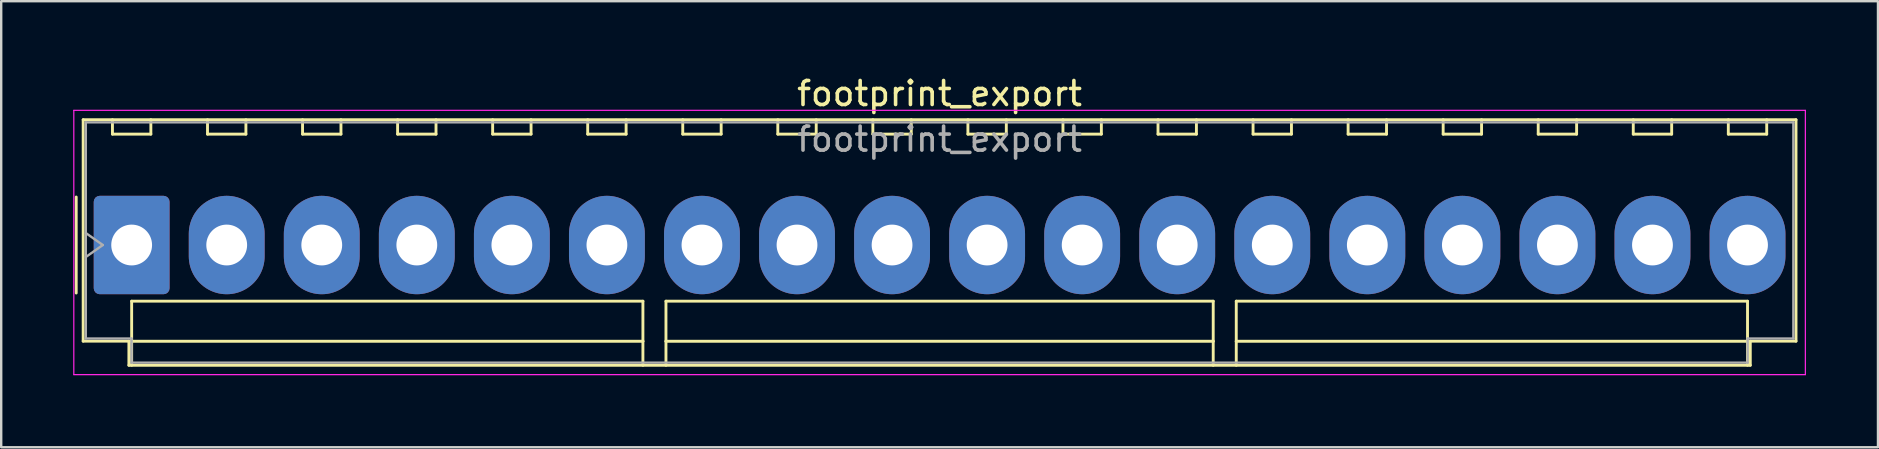
<source format=kicad_pcb>
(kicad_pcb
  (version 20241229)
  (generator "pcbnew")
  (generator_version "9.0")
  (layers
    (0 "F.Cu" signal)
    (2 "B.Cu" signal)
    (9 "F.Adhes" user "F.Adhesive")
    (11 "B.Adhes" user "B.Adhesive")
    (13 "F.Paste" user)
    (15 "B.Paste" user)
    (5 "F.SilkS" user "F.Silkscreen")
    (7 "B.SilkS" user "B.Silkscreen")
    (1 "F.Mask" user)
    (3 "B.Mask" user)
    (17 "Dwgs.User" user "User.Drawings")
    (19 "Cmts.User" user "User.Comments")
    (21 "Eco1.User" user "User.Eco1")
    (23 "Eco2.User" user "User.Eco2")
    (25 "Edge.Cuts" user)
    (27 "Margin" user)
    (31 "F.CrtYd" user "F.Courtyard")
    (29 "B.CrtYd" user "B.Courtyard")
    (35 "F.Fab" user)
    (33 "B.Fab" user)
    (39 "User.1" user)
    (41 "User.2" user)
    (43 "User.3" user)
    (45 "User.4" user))
  (footprint "footprint_export"
    (layer "F.Cu")
    (at 2.435 7.158)
    (property "Reference" "footprint_export" (at 33.66 -6.31 0) (layer "F.SilkS") (effects (font (size 1 1) (thickness 0.15))))
    (attr through_hole)
    (fp_line (start -2.31 -2) (end -2.31 2) (stroke (width 0.12) (type solid)) (layer "F.SilkS"))
    (fp_line (start -2.02 -5.22) (end 69.34 -5.22) (stroke (width 0.12) (type solid)) (layer "F.SilkS"))
    (fp_line (start -2.02 4.005) (end -2.02 -5.22) (stroke (width 0.12) (type solid)) (layer "F.SilkS"))
    (fp_line (start -0.8 -5.22) (end -0.8 -4.62) (stroke (width 0.12) (type solid)) (layer "F.SilkS"))
    (fp_line (start -0.8 -4.62) (end 0.8 -4.62) (stroke (width 0.12) (type solid)) (layer "F.SilkS"))
    (fp_line (start -0.115 4.005) (end -2.02 4.005) (stroke (width 0.12) (type solid)) (layer "F.SilkS"))
    (fp_line (start -0.115 5.01) (end -0.115 4.005) (stroke (width 0.12) (type solid)) (layer "F.SilkS"))
    (fp_line (start 0 2.34) (end 21.3 2.34) (stroke (width 0.12) (type solid)) (layer "F.SilkS"))
    (fp_line (start 0 4.01) (end 0 2.34) (stroke (width 0.12) (type solid)) (layer "F.SilkS"))
    (fp_line (start 0 4.01) (end 21.3 4.01) (stroke (width 0.12) (type solid)) (layer "F.SilkS"))
    (fp_line (start 0 5.01) (end 0 4.01) (stroke (width 0.12) (type solid)) (layer "F.SilkS"))
    (fp_line (start 0.8 -4.62) (end 0.8 -5.22) (stroke (width 0.12) (type solid)) (layer "F.SilkS"))
    (fp_line (start 3.16 -5.22) (end 3.16 -4.62) (stroke (width 0.12) (type solid)) (layer "F.SilkS"))
    (fp_line (start 3.16 -4.62) (end 4.76 -4.62) (stroke (width 0.12) (type solid)) (layer "F.SilkS"))
    (fp_line (start 4.76 -4.62) (end 4.76 -5.22) (stroke (width 0.12) (type solid)) (layer "F.SilkS"))
    (fp_line (start 7.12 -5.22) (end 7.12 -4.62) (stroke (width 0.12) (type solid)) (layer "F.SilkS"))
    (fp_line (start 7.12 -4.62) (end 8.72 -4.62) (stroke (width 0.12) (type solid)) (layer "F.SilkS"))
    (fp_line (start 8.72 -4.62) (end 8.72 -5.22) (stroke (width 0.12) (type solid)) (layer "F.SilkS"))
    (fp_line (start 11.08 -5.22) (end 11.08 -4.62) (stroke (width 0.12) (type solid)) (layer "F.SilkS"))
    (fp_line (start 11.08 -4.62) (end 12.68 -4.62) (stroke (width 0.12) (type solid)) (layer "F.SilkS"))
    (fp_line (start 12.68 -4.62) (end 12.68 -5.22) (stroke (width 0.12) (type solid)) (layer "F.SilkS"))
    (fp_line (start 15.04 -5.22) (end 15.04 -4.62) (stroke (width 0.12) (type solid)) (layer "F.SilkS"))
    (fp_line (start 15.04 -4.62) (end 16.64 -4.62) (stroke (width 0.12) (type solid)) (layer "F.SilkS"))
    (fp_line (start 16.64 -4.62) (end 16.64 -5.22) (stroke (width 0.12) (type solid)) (layer "F.SilkS"))
    (fp_line (start 19 -5.22) (end 19 -4.62) (stroke (width 0.12) (type solid)) (layer "F.SilkS"))
    (fp_line (start 19 -4.62) (end 20.6 -4.62) (stroke (width 0.12) (type solid)) (layer "F.SilkS"))
    (fp_line (start 20.6 -4.62) (end 20.6 -5.22) (stroke (width 0.12) (type solid)) (layer "F.SilkS"))
    (fp_line (start 21.3 2.34) (end 21.3 4.01) (stroke (width 0.12) (type solid)) (layer "F.SilkS"))
    (fp_line (start 21.3 4.01) (end 21.3 5.01) (stroke (width 0.12) (type solid)) (layer "F.SilkS"))
    (fp_line (start 22.26 2.34) (end 45.06 2.34) (stroke (width 0.12) (type solid)) (layer "F.SilkS"))
    (fp_line (start 22.26 4.01) (end 22.26 2.34) (stroke (width 0.12) (type solid)) (layer "F.SilkS"))
    (fp_line (start 22.26 4.01) (end 45.06 4.01) (stroke (width 0.12) (type solid)) (layer "F.SilkS"))
    (fp_line (start 22.26 5.01) (end 22.26 4.01) (stroke (width 0.12) (type solid)) (layer "F.SilkS"))
    (fp_line (start 22.96 -5.22) (end 22.96 -4.62) (stroke (width 0.12) (type solid)) (layer "F.SilkS"))
    (fp_line (start 22.96 -4.62) (end 24.56 -4.62) (stroke (width 0.12) (type solid)) (layer "F.SilkS"))
    (fp_line (start 24.56 -4.62) (end 24.56 -5.22) (stroke (width 0.12) (type solid)) (layer "F.SilkS"))
    (fp_line (start 26.92 -5.22) (end 26.92 -4.62) (stroke (width 0.12) (type solid)) (layer "F.SilkS"))
    (fp_line (start 26.92 -4.62) (end 28.52 -4.62) (stroke (width 0.12) (type solid)) (layer "F.SilkS"))
    (fp_line (start 28.52 -4.62) (end 28.52 -5.22) (stroke (width 0.12) (type solid)) (layer "F.SilkS"))
    (fp_line (start 30.88 -5.22) (end 30.88 -4.62) (stroke (width 0.12) (type solid)) (layer "F.SilkS"))
    (fp_line (start 30.88 -4.62) (end 32.48 -4.62) (stroke (width 0.12) (type solid)) (layer "F.SilkS"))
    (fp_line (start 32.48 -4.62) (end 32.48 -5.22) (stroke (width 0.12) (type solid)) (layer "F.SilkS"))
    (fp_line (start 34.84 -5.22) (end 34.84 -4.62) (stroke (width 0.12) (type solid)) (layer "F.SilkS"))
    (fp_line (start 34.84 -4.62) (end 36.44 -4.62) (stroke (width 0.12) (type solid)) (layer "F.SilkS"))
    (fp_line (start 36.44 -4.62) (end 36.44 -5.22) (stroke (width 0.12) (type solid)) (layer "F.SilkS"))
    (fp_line (start 38.8 -5.22) (end 38.8 -4.62) (stroke (width 0.12) (type solid)) (layer "F.SilkS"))
    (fp_line (start 38.8 -4.62) (end 40.4 -4.62) (stroke (width 0.12) (type solid)) (layer "F.SilkS"))
    (fp_line (start 40.4 -4.62) (end 40.4 -5.22) (stroke (width 0.12) (type solid)) (layer "F.SilkS"))
    (fp_line (start 42.76 -5.22) (end 42.76 -4.62) (stroke (width 0.12) (type solid)) (layer "F.SilkS"))
    (fp_line (start 42.76 -4.62) (end 44.36 -4.62) (stroke (width 0.12) (type solid)) (layer "F.SilkS"))
    (fp_line (start 44.36 -4.62) (end 44.36 -5.22) (stroke (width 0.12) (type solid)) (layer "F.SilkS"))
    (fp_line (start 45.06 2.34) (end 45.06 4.01) (stroke (width 0.12) (type solid)) (layer "F.SilkS"))
    (fp_line (start 45.06 4.01) (end 45.06 5.01) (stroke (width 0.12) (type solid)) (layer "F.SilkS"))
    (fp_line (start 46.02 2.34) (end 67.32 2.34) (stroke (width 0.12) (type solid)) (layer "F.SilkS"))
    (fp_line (start 46.02 4.01) (end 46.02 2.34) (stroke (width 0.12) (type solid)) (layer "F.SilkS"))
    (fp_line (start 46.02 4.01) (end 67.32 4.01) (stroke (width 0.12) (type solid)) (layer "F.SilkS"))
    (fp_line (start 46.02 5.01) (end 46.02 4.01) (stroke (width 0.12) (type solid)) (layer "F.SilkS"))
    (fp_line (start 46.72 -5.22) (end 46.72 -4.62) (stroke (width 0.12) (type solid)) (layer "F.SilkS"))
    (fp_line (start 46.72 -4.62) (end 48.32 -4.62) (stroke (width 0.12) (type solid)) (layer "F.SilkS"))
    (fp_line (start 48.32 -4.62) (end 48.32 -5.22) (stroke (width 0.12) (type solid)) (layer "F.SilkS"))
    (fp_line (start 50.68 -5.22) (end 50.68 -4.62) (stroke (width 0.12) (type solid)) (layer "F.SilkS"))
    (fp_line (start 50.68 -4.62) (end 52.28 -4.62) (stroke (width 0.12) (type solid)) (layer "F.SilkS"))
    (fp_line (start 52.28 -4.62) (end 52.28 -5.22) (stroke (width 0.12) (type solid)) (layer "F.SilkS"))
    (fp_line (start 54.64 -5.22) (end 54.64 -4.62) (stroke (width 0.12) (type solid)) (layer "F.SilkS"))
    (fp_line (start 54.64 -4.62) (end 56.24 -4.62) (stroke (width 0.12) (type solid)) (layer "F.SilkS"))
    (fp_line (start 56.24 -4.62) (end 56.24 -5.22) (stroke (width 0.12) (type solid)) (layer "F.SilkS"))
    (fp_line (start 58.6 -5.22) (end 58.6 -4.62) (stroke (width 0.12) (type solid)) (layer "F.SilkS"))
    (fp_line (start 58.6 -4.62) (end 60.2 -4.62) (stroke (width 0.12) (type solid)) (layer "F.SilkS"))
    (fp_line (start 60.2 -4.62) (end 60.2 -5.22) (stroke (width 0.12) (type solid)) (layer "F.SilkS"))
    (fp_line (start 62.56 -5.22) (end 62.56 -4.62) (stroke (width 0.12) (type solid)) (layer "F.SilkS"))
    (fp_line (start 62.56 -4.62) (end 64.16 -4.62) (stroke (width 0.12) (type solid)) (layer "F.SilkS"))
    (fp_line (start 64.16 -4.62) (end 64.16 -5.22) (stroke (width 0.12) (type solid)) (layer "F.SilkS"))
    (fp_line (start 66.52 -5.22) (end 66.52 -4.62) (stroke (width 0.12) (type solid)) (layer "F.SilkS"))
    (fp_line (start 66.52 -4.62) (end 68.12 -4.62) (stroke (width 0.12) (type solid)) (layer "F.SilkS"))
    (fp_line (start 67.32 2.34) (end 67.32 4.01) (stroke (width 0.12) (type solid)) (layer "F.SilkS"))
    (fp_line (start 67.32 4.01) (end 67.32 5.01) (stroke (width 0.12) (type solid)) (layer "F.SilkS"))
    (fp_line (start 67.435 4.005) (end 67.435 5.01) (stroke (width 0.12) (type solid)) (layer "F.SilkS"))
    (fp_line (start 67.435 5.01) (end -0.115 5.01) (stroke (width 0.12) (type solid)) (layer "F.SilkS"))
    (fp_line (start 68.12 -4.62) (end 68.12 -5.22) (stroke (width 0.12) (type solid)) (layer "F.SilkS"))
    (fp_line (start 69.34 -5.22) (end 69.34 4.005) (stroke (width 0.12) (type solid)) (layer "F.SilkS"))
    (fp_line (start 69.34 4.005) (end 67.435 4.005) (stroke (width 0.12) (type solid)) (layer "F.SilkS"))
    (fp_line (start -2.41 -5.61) (end -2.41 5.4) (stroke (width 0.05) (type solid)) (layer "F.CrtYd"))
    (fp_line (start -2.41 5.4) (end 69.73 5.4) (stroke (width 0.05) (type solid)) (layer "F.CrtYd"))
    (fp_line (start 69.73 -5.61) (end -2.41 -5.61) (stroke (width 0.05) (type solid)) (layer "F.CrtYd"))
    (fp_line (start 69.73 5.4) (end 69.73 -5.61) (stroke (width 0.05) (type solid)) (layer "F.CrtYd"))
    (fp_line (start -1.91 -5.11) (end 69.23 -5.11) (stroke (width 0.1) (type solid)) (layer "F.Fab"))
    (fp_line (start -1.91 -0.5) (end -1.203 0) (stroke (width 0.1) (type solid)) (layer "F.Fab"))
    (fp_line (start -1.91 3.895) (end -1.91 -5.11) (stroke (width 0.1) (type solid)) (layer "F.Fab"))
    (fp_line (start -1.203 0) (end -1.91 0.5) (stroke (width 0.1) (type solid)) (layer "F.Fab"))
    (fp_line (start -0.005 3.895) (end -1.91 3.895) (stroke (width 0.1) (type solid)) (layer "F.Fab"))
    (fp_line (start -0.005 4.9) (end -0.005 3.895) (stroke (width 0.1) (type solid)) (layer "F.Fab"))
    (fp_line (start 67.325 3.895) (end 67.325 4.9) (stroke (width 0.1) (type solid)) (layer "F.Fab"))
    (fp_line (start 67.325 4.9) (end -0.005 4.9) (stroke (width 0.1) (type solid)) (layer "F.Fab"))
    (fp_line (start 69.23 -5.11) (end 69.23 3.895) (stroke (width 0.1) (type solid)) (layer "F.Fab"))
    (fp_line (start 69.23 3.895) (end 67.325 3.895) (stroke (width 0.1) (type solid)) (layer "F.Fab"))
    (fp_text user "${REFERENCE}" (at 33.66 -4.41 0) (layer "F.Fab") (effects (font (size 1 1) (thickness 0.15))))
    (pad "1" thru_hole roundrect (at 0 0) (size 3.16 4.1) (drill 1.7) (layers "*.Cu" "*.Mask") (roundrect_rratio 0.079))
    (pad "2" thru_hole oval (at 3.96 0) (size 3.16 4.1) (drill 1.7) (layers "*.Cu" "*.Mask"))
    (pad "3" thru_hole oval (at 7.92 0) (size 3.16 4.1) (drill 1.7) (layers "*.Cu" "*.Mask"))
    (pad "4" thru_hole oval (at 11.88 0) (size 3.16 4.1) (drill 1.7) (layers "*.Cu" "*.Mask"))
    (pad "5" thru_hole oval (at 15.84 0) (size 3.16 4.1) (drill 1.7) (layers "*.Cu" "*.Mask"))
    (pad "6" thru_hole oval (at 19.8 0) (size 3.16 4.1) (drill 1.7) (layers "*.Cu" "*.Mask"))
    (pad "7" thru_hole oval (at 23.76 0) (size 3.16 4.1) (drill 1.7) (layers "*.Cu" "*.Mask"))
    (pad "8" thru_hole oval (at 27.72 0) (size 3.16 4.1) (drill 1.7) (layers "*.Cu" "*.Mask"))
    (pad "9" thru_hole oval (at 31.68 0) (size 3.16 4.1) (drill 1.7) (layers "*.Cu" "*.Mask"))
    (pad "10" thru_hole oval (at 35.64 0) (size 3.16 4.1) (drill 1.7) (layers "*.Cu" "*.Mask"))
    (pad "11" thru_hole oval (at 39.6 0) (size 3.16 4.1) (drill 1.7) (layers "*.Cu" "*.Mask"))
    (pad "12" thru_hole oval (at 43.56 0) (size 3.16 4.1) (drill 1.7) (layers "*.Cu" "*.Mask"))
    (pad "13" thru_hole oval (at 47.52 0) (size 3.16 4.1) (drill 1.7) (layers "*.Cu" "*.Mask"))
    (pad "14" thru_hole oval (at 51.48 0) (size 3.16 4.1) (drill 1.7) (layers "*.Cu" "*.Mask"))
    (pad "15" thru_hole oval (at 55.44 0) (size 3.16 4.1) (drill 1.7) (layers "*.Cu" "*.Mask"))
    (pad "16" thru_hole oval (at 59.4 0) (size 3.16 4.1) (drill 1.7) (layers "*.Cu" "*.Mask"))
    (pad "17" thru_hole oval (at 63.36 0) (size 3.16 4.1) (drill 1.7) (layers "*.Cu" "*.Mask"))
    (pad "18" thru_hole oval (at 67.32 0) (size 3.16 4.1) (drill 1.7) (layers "*.Cu" "*.Mask")))
  (gr_rect
    (start -3 -3)
    (end 75.19 15.583)
    (stroke (width 0.1) (type default))
    (fill no)
    (layer "Edge.Cuts")))
</source>
